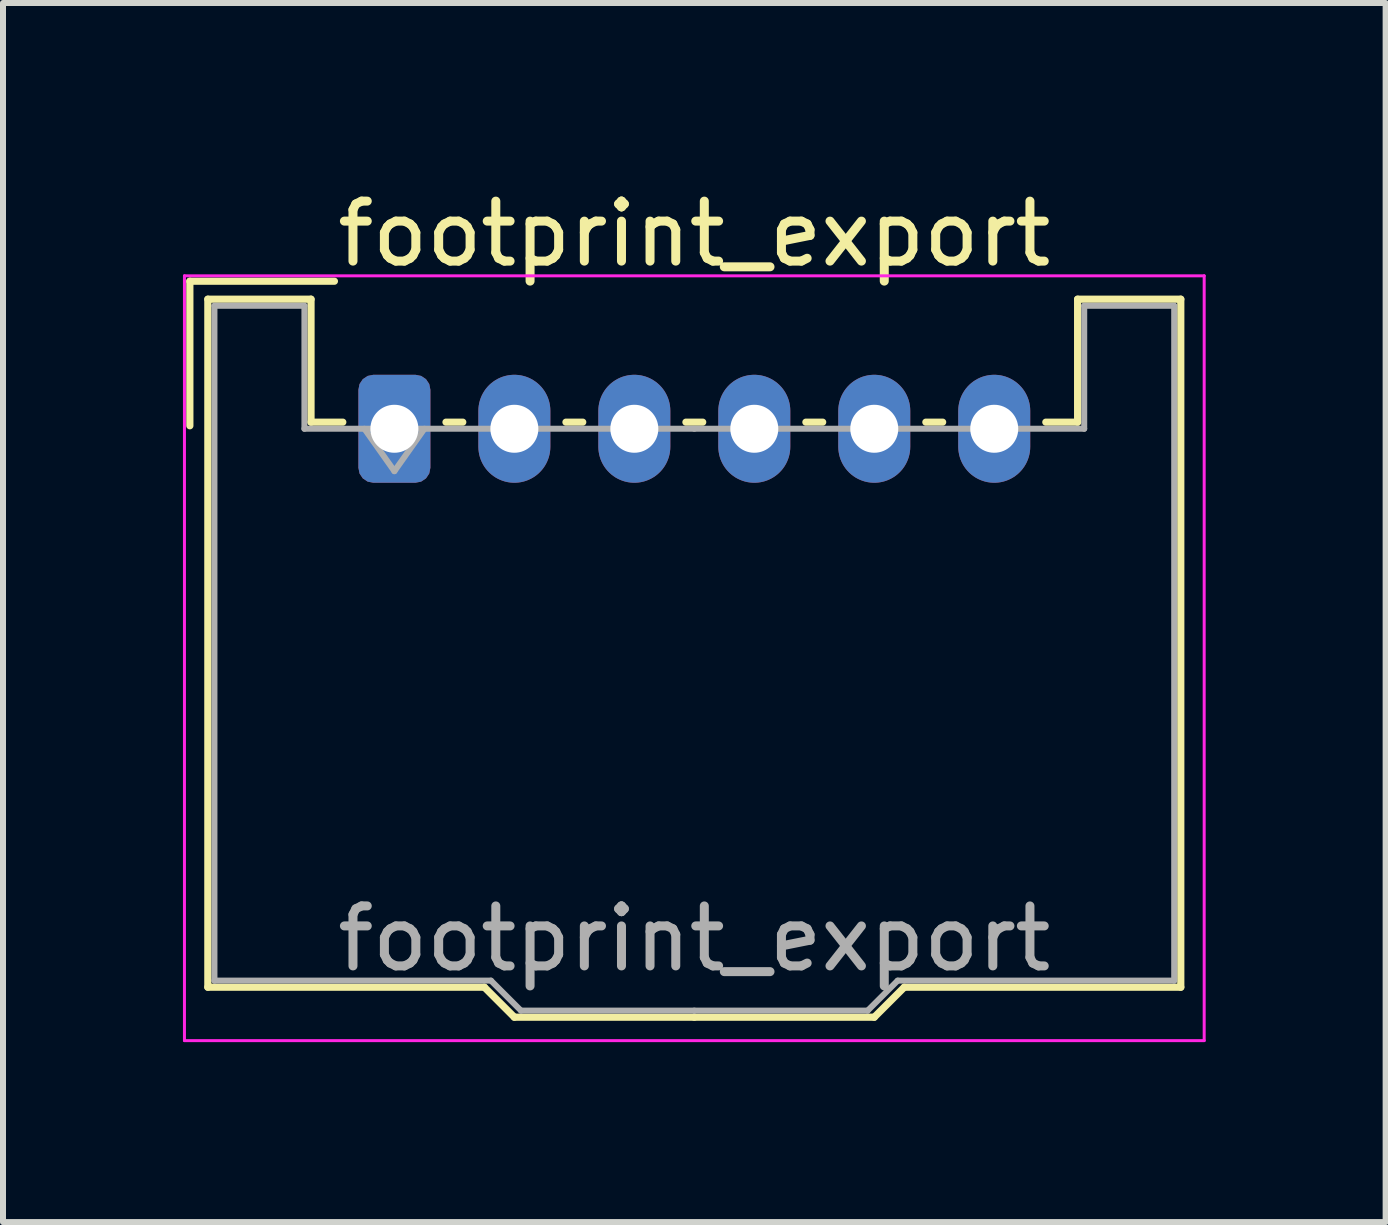
<source format=kicad_pcb>
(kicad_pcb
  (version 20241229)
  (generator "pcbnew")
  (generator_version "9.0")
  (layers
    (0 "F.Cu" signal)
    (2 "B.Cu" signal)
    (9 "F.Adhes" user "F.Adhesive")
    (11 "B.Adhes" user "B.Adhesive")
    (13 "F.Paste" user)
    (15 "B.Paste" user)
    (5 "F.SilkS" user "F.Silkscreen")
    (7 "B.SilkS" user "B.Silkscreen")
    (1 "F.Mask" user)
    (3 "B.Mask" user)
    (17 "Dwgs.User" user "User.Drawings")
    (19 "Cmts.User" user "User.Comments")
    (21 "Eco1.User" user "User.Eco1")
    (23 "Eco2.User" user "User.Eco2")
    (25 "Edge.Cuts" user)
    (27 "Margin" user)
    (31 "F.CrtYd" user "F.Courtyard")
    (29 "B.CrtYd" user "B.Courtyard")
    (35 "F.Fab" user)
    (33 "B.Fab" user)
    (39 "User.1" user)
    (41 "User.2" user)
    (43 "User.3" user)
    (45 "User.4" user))
  (footprint "footprint_export"
    (layer "F.Cu")
    (at 3.525 4.098)
    (property "Reference" "footprint_export" (at 5 -3.25 0) (layer "F.SilkS") (effects (font (size 1 1) (thickness 0.15))))
    (attr through_hole)
    (fp_line (start -3.41 -2.46) (end -1 -2.46) (stroke (width 0.12) (type solid)) (layer "F.SilkS"))
    (fp_line (start -3.41 -0.05) (end -3.41 -2.46) (stroke (width 0.12) (type solid)) (layer "F.SilkS"))
    (fp_line (start -3.11 -2.16) (end -1.39 -2.16) (stroke (width 0.12) (type solid)) (layer "F.SilkS"))
    (fp_line (start -3.11 9.31) (end -3.11 -2.16) (stroke (width 0.12) (type solid)) (layer "F.SilkS"))
    (fp_line (start -1.39 -2.16) (end -1.39 -0.11) (stroke (width 0.12) (type solid)) (layer "F.SilkS"))
    (fp_line (start -1.39 -0.11) (end -0.86 -0.11) (stroke (width 0.12) (type solid)) (layer "F.SilkS"))
    (fp_line (start 0.86 -0.11) (end 1.14 -0.11) (stroke (width 0.12) (type solid)) (layer "F.SilkS"))
    (fp_line (start 1.5 9.31) (end -3.11 9.31) (stroke (width 0.12) (type solid)) (layer "F.SilkS"))
    (fp_line (start 2 9.81) (end 1.5 9.31) (stroke (width 0.12) (type solid)) (layer "F.SilkS"))
    (fp_line (start 2.86 -0.11) (end 3.14 -0.11) (stroke (width 0.12) (type solid)) (layer "F.SilkS"))
    (fp_line (start 4.86 -0.11) (end 5.14 -0.11) (stroke (width 0.12) (type solid)) (layer "F.SilkS"))
    (fp_line (start 5 9.81) (end 2 9.81) (stroke (width 0.12) (type solid)) (layer "F.SilkS"))
    (fp_line (start 5 9.81) (end 8 9.81) (stroke (width 0.12) (type solid)) (layer "F.SilkS"))
    (fp_line (start 6.86 -0.11) (end 7.14 -0.11) (stroke (width 0.12) (type solid)) (layer "F.SilkS"))
    (fp_line (start 8 9.81) (end 8.5 9.31) (stroke (width 0.12) (type solid)) (layer "F.SilkS"))
    (fp_line (start 8.5 9.31) (end 13.11 9.31) (stroke (width 0.12) (type solid)) (layer "F.SilkS"))
    (fp_line (start 8.86 -0.11) (end 9.14 -0.11) (stroke (width 0.12) (type solid)) (layer "F.SilkS"))
    (fp_line (start 11.39 -2.16) (end 11.39 -0.11) (stroke (width 0.12) (type solid)) (layer "F.SilkS"))
    (fp_line (start 11.39 -0.11) (end 10.86 -0.11) (stroke (width 0.12) (type solid)) (layer "F.SilkS"))
    (fp_line (start 13.11 -2.16) (end 11.39 -2.16) (stroke (width 0.12) (type solid)) (layer "F.SilkS"))
    (fp_line (start 13.11 9.31) (end 13.11 -2.16) (stroke (width 0.12) (type solid)) (layer "F.SilkS"))
    (fp_line (start -3.5 -2.55) (end -3.5 10.2) (stroke (width 0.05) (type solid)) (layer "F.CrtYd"))
    (fp_line (start -3.5 10.2) (end 13.5 10.2) (stroke (width 0.05) (type solid)) (layer "F.CrtYd"))
    (fp_line (start 13.5 -2.55) (end -3.5 -2.55) (stroke (width 0.05) (type solid)) (layer "F.CrtYd"))
    (fp_line (start 13.5 10.2) (end 13.5 -2.55) (stroke (width 0.05) (type solid)) (layer "F.CrtYd"))
    (fp_line (start -3 -2.05) (end -1.5 -2.05) (stroke (width 0.1) (type solid)) (layer "F.Fab"))
    (fp_line (start -3 9.2) (end -3 -2.05) (stroke (width 0.1) (type solid)) (layer "F.Fab"))
    (fp_line (start -1.5 -2.05) (end -1.5 0) (stroke (width 0.1) (type solid)) (layer "F.Fab"))
    (fp_line (start -1.5 0) (end 5 0) (stroke (width 0.1) (type solid)) (layer "F.Fab"))
    (fp_line (start -0.5 0) (end 0 0.707) (stroke (width 0.1) (type solid)) (layer "F.Fab"))
    (fp_line (start 0 0.707) (end 0.5 0) (stroke (width 0.1) (type solid)) (layer "F.Fab"))
    (fp_line (start 1.61 9.2) (end -3 9.2) (stroke (width 0.1) (type solid)) (layer "F.Fab"))
    (fp_line (start 2.11 9.7) (end 1.61 9.2) (stroke (width 0.1) (type solid)) (layer "F.Fab"))
    (fp_line (start 5 9.7) (end 2.11 9.7) (stroke (width 0.1) (type solid)) (layer "F.Fab"))
    (fp_line (start 5 9.7) (end 7.89 9.7) (stroke (width 0.1) (type solid)) (layer "F.Fab"))
    (fp_line (start 7.89 9.7) (end 8.39 9.2) (stroke (width 0.1) (type solid)) (layer "F.Fab"))
    (fp_line (start 8.39 9.2) (end 13 9.2) (stroke (width 0.1) (type solid)) (layer "F.Fab"))
    (fp_line (start 11.5 -2.05) (end 11.5 0) (stroke (width 0.1) (type solid)) (layer "F.Fab"))
    (fp_line (start 11.5 0) (end 5 0) (stroke (width 0.1) (type solid)) (layer "F.Fab"))
    (fp_line (start 13 -2.05) (end 11.5 -2.05) (stroke (width 0.1) (type solid)) (layer "F.Fab"))
    (fp_line (start 13 9.2) (end 13 -2.05) (stroke (width 0.1) (type solid)) (layer "F.Fab"))
    (fp_text user "${REFERENCE}" (at 5 8.5 0) (layer "F.Fab") (effects (font (size 1 1) (thickness 0.15))))
    (pad "1" thru_hole roundrect (at 0 0) (size 1.2 1.8) (drill 0.8) (layers "*.Cu" "*.Mask") (roundrect_rratio 0.208))
    (pad "2" thru_hole oval (at 2 0) (size 1.2 1.8) (drill 0.8) (layers "*.Cu" "*.Mask"))
    (pad "3" thru_hole oval (at 4 0) (size 1.2 1.8) (drill 0.8) (layers "*.Cu" "*.Mask"))
    (pad "4" thru_hole oval (at 6 0) (size 1.2 1.8) (drill 0.8) (layers "*.Cu" "*.Mask"))
    (pad "5" thru_hole oval (at 8 0) (size 1.2 1.8) (drill 0.8) (layers "*.Cu" "*.Mask"))
    (pad "6" thru_hole oval (at 10 0) (size 1.2 1.8) (drill 0.8) (layers "*.Cu" "*.Mask")))
  (gr_rect
    (start -3 -3)
    (end 20.05 17.323)
    (stroke (width 0.1) (type default))
    (fill no)
    (layer "Edge.Cuts")))
</source>
